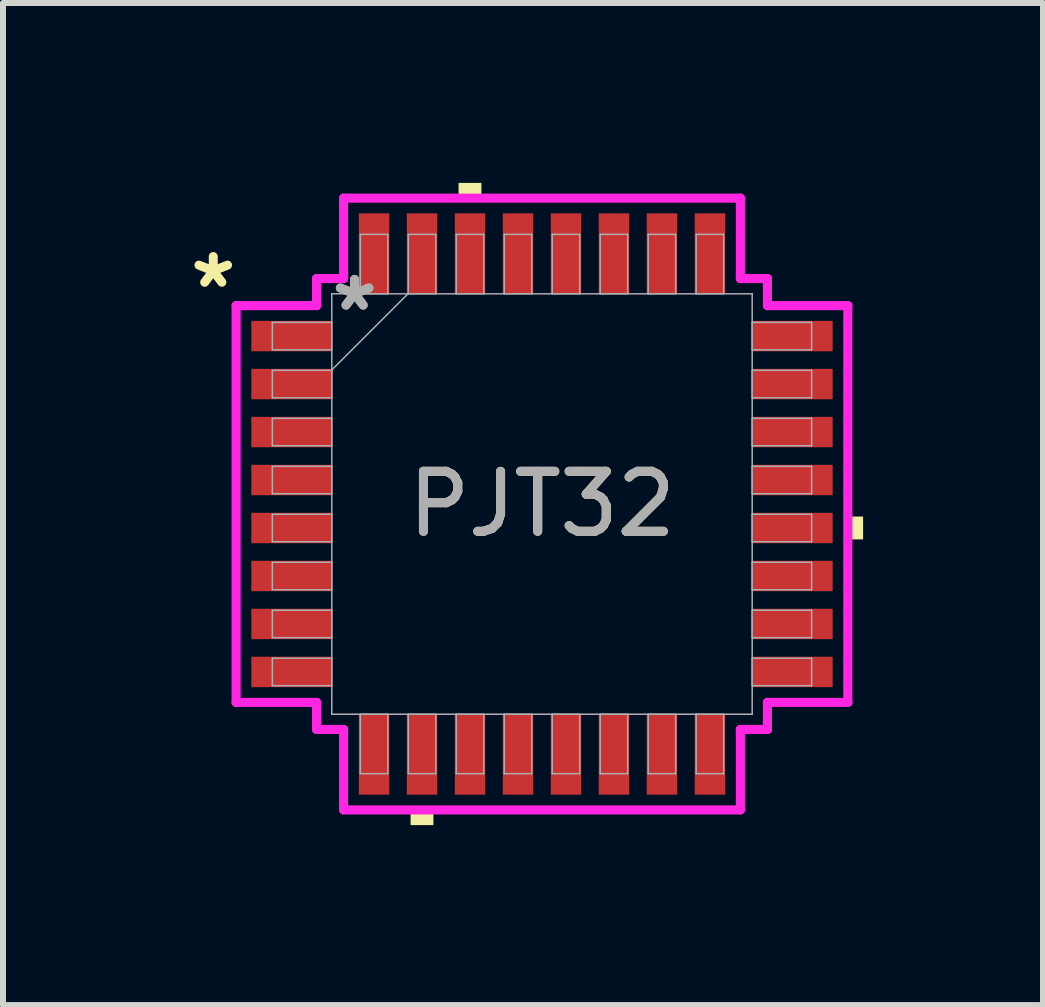
<source format=kicad_pcb>
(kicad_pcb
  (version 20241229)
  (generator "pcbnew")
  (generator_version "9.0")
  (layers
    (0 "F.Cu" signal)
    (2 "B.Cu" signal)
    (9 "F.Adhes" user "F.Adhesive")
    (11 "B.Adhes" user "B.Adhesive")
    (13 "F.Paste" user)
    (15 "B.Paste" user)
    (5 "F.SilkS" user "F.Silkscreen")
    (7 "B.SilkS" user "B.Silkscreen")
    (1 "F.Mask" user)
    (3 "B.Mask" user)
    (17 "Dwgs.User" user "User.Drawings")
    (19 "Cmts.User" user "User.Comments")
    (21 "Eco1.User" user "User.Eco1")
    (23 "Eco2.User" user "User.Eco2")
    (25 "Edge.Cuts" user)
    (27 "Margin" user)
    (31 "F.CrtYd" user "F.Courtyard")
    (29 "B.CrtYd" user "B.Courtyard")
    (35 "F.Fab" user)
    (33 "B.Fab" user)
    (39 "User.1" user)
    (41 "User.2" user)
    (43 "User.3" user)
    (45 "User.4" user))
  (footprint "PJT32"
    (layer "F.Cu")
    (at 5.987 5.354)
    (property "Reference" "PJT32" (at 0 0 0) (unlocked yes) (layer "F.SilkS") (effects (font (size 1 1) (thickness 0.15))))
    (attr smd)
    (fp_poly (pts (xy -2.191 5.1) (xy -2.191 5.354) (xy -1.81 5.354) (xy -1.81 5.1)) (stroke (width 0) (type solid)) (fill yes) (layer "F.SilkS"))
    (fp_poly (pts (xy -1.391 -5.1) (xy -1.391 -5.354) (xy -1.01 -5.354) (xy -1.01 -5.1)) (stroke (width 0) (type solid)) (fill yes) (layer "F.SilkS"))
    (fp_poly (pts (xy 5.354 0.209) (xy 5.354 0.59) (xy 5.1 0.59) (xy 5.1 0.209)) (stroke (width 0) (type solid)) (fill yes) (layer "F.SilkS"))
    (fp_line (start -5.1 -3.308) (end -3.759 -3.308) (stroke (width 0.152) (type solid)) (layer "F.CrtYd"))
    (fp_line (start -5.1 3.308) (end -5.1 -3.308) (stroke (width 0.152) (type solid)) (layer "F.CrtYd"))
    (fp_line (start -3.759 -3.759) (end -3.308 -3.759) (stroke (width 0.152) (type solid)) (layer "F.CrtYd"))
    (fp_line (start -3.759 -3.308) (end -3.759 -3.759) (stroke (width 0.152) (type solid)) (layer "F.CrtYd"))
    (fp_line (start -3.759 3.308) (end -5.1 3.308) (stroke (width 0.152) (type solid)) (layer "F.CrtYd"))
    (fp_line (start -3.759 3.759) (end -3.759 3.308) (stroke (width 0.152) (type solid)) (layer "F.CrtYd"))
    (fp_line (start -3.759 3.759) (end -3.308 3.759) (stroke (width 0.152) (type solid)) (layer "F.CrtYd"))
    (fp_line (start -3.308 -5.1) (end 3.308 -5.1) (stroke (width 0.152) (type solid)) (layer "F.CrtYd"))
    (fp_line (start -3.308 -3.759) (end -3.308 -5.1) (stroke (width 0.152) (type solid)) (layer "F.CrtYd"))
    (fp_line (start -3.308 3.759) (end -3.308 5.1) (stroke (width 0.152) (type solid)) (layer "F.CrtYd"))
    (fp_line (start -3.308 5.1) (end 3.308 5.1) (stroke (width 0.152) (type solid)) (layer "F.CrtYd"))
    (fp_line (start 3.308 -5.1) (end 3.308 -3.759) (stroke (width 0.152) (type solid)) (layer "F.CrtYd"))
    (fp_line (start 3.308 -3.759) (end 3.759 -3.759) (stroke (width 0.152) (type solid)) (layer "F.CrtYd"))
    (fp_line (start 3.308 3.759) (end 3.759 3.759) (stroke (width 0.152) (type solid)) (layer "F.CrtYd"))
    (fp_line (start 3.308 5.1) (end 3.308 3.759) (stroke (width 0.152) (type solid)) (layer "F.CrtYd"))
    (fp_line (start 3.759 -3.308) (end 3.759 -3.759) (stroke (width 0.152) (type solid)) (layer "F.CrtYd"))
    (fp_line (start 3.759 3.308) (end 5.1 3.308) (stroke (width 0.152) (type solid)) (layer "F.CrtYd"))
    (fp_line (start 3.759 3.759) (end 3.759 3.308) (stroke (width 0.152) (type solid)) (layer "F.CrtYd"))
    (fp_line (start 5.1 -3.308) (end 3.759 -3.308) (stroke (width 0.152) (type solid)) (layer "F.CrtYd"))
    (fp_line (start 5.1 3.308) (end 5.1 -3.308) (stroke (width 0.152) (type solid)) (layer "F.CrtYd"))
    (fp_line (start -4.496 -3.029) (end -4.496 -2.571) (stroke (width 0.025) (type solid)) (layer "F.Fab"))
    (fp_line (start -4.496 -2.571) (end -3.505 -2.571) (stroke (width 0.025) (type solid)) (layer "F.Fab"))
    (fp_line (start -4.496 -2.229) (end -4.496 -1.771) (stroke (width 0.025) (type solid)) (layer "F.Fab"))
    (fp_line (start -4.496 -1.771) (end -3.505 -1.771) (stroke (width 0.025) (type solid)) (layer "F.Fab"))
    (fp_line (start -4.496 -1.429) (end -4.496 -0.971) (stroke (width 0.025) (type solid)) (layer "F.Fab"))
    (fp_line (start -4.496 -0.971) (end -3.505 -0.971) (stroke (width 0.025) (type solid)) (layer "F.Fab"))
    (fp_line (start -4.496 -0.629) (end -4.496 -0.171) (stroke (width 0.025) (type solid)) (layer "F.Fab"))
    (fp_line (start -4.496 -0.171) (end -3.505 -0.171) (stroke (width 0.025) (type solid)) (layer "F.Fab"))
    (fp_line (start -4.496 0.171) (end -4.496 0.629) (stroke (width 0.025) (type solid)) (layer "F.Fab"))
    (fp_line (start -4.496 0.629) (end -3.505 0.629) (stroke (width 0.025) (type solid)) (layer "F.Fab"))
    (fp_line (start -4.496 0.971) (end -4.496 1.429) (stroke (width 0.025) (type solid)) (layer "F.Fab"))
    (fp_line (start -4.496 1.429) (end -3.505 1.429) (stroke (width 0.025) (type solid)) (layer "F.Fab"))
    (fp_line (start -4.496 1.771) (end -4.496 2.229) (stroke (width 0.025) (type solid)) (layer "F.Fab"))
    (fp_line (start -4.496 2.229) (end -3.505 2.229) (stroke (width 0.025) (type solid)) (layer "F.Fab"))
    (fp_line (start -4.496 2.571) (end -4.496 3.029) (stroke (width 0.025) (type solid)) (layer "F.Fab"))
    (fp_line (start -4.496 3.029) (end -3.505 3.029) (stroke (width 0.025) (type solid)) (layer "F.Fab"))
    (fp_line (start -3.505 -3.505) (end -3.505 3.505) (stroke (width 0.025) (type solid)) (layer "F.Fab"))
    (fp_line (start -3.505 -3.029) (end -4.496 -3.029) (stroke (width 0.025) (type solid)) (layer "F.Fab"))
    (fp_line (start -3.505 -2.571) (end -3.505 -3.029) (stroke (width 0.025) (type solid)) (layer "F.Fab"))
    (fp_line (start -3.505 -2.235) (end -2.235 -3.505) (stroke (width 0.025) (type solid)) (layer "F.Fab"))
    (fp_line (start -3.505 -2.229) (end -4.496 -2.229) (stroke (width 0.025) (type solid)) (layer "F.Fab"))
    (fp_line (start -3.505 -1.771) (end -3.505 -2.229) (stroke (width 0.025) (type solid)) (layer "F.Fab"))
    (fp_line (start -3.505 -1.429) (end -4.496 -1.429) (stroke (width 0.025) (type solid)) (layer "F.Fab"))
    (fp_line (start -3.505 -0.971) (end -3.505 -1.429) (stroke (width 0.025) (type solid)) (layer "F.Fab"))
    (fp_line (start -3.505 -0.629) (end -4.496 -0.629) (stroke (width 0.025) (type solid)) (layer "F.Fab"))
    (fp_line (start -3.505 -0.171) (end -3.505 -0.629) (stroke (width 0.025) (type solid)) (layer "F.Fab"))
    (fp_line (start -3.505 0.171) (end -4.496 0.171) (stroke (width 0.025) (type solid)) (layer "F.Fab"))
    (fp_line (start -3.505 0.629) (end -3.505 0.171) (stroke (width 0.025) (type solid)) (layer "F.Fab"))
    (fp_line (start -3.505 0.971) (end -4.496 0.971) (stroke (width 0.025) (type solid)) (layer "F.Fab"))
    (fp_line (start -3.505 1.429) (end -3.505 0.971) (stroke (width 0.025) (type solid)) (layer "F.Fab"))
    (fp_line (start -3.505 1.771) (end -4.496 1.771) (stroke (width 0.025) (type solid)) (layer "F.Fab"))
    (fp_line (start -3.505 2.229) (end -3.505 1.771) (stroke (width 0.025) (type solid)) (layer "F.Fab"))
    (fp_line (start -3.505 2.571) (end -4.496 2.571) (stroke (width 0.025) (type solid)) (layer "F.Fab"))
    (fp_line (start -3.505 3.029) (end -3.505 2.571) (stroke (width 0.025) (type solid)) (layer "F.Fab"))
    (fp_line (start -3.505 3.505) (end 3.505 3.505) (stroke (width 0.025) (type solid)) (layer "F.Fab"))
    (fp_line (start -3.029 -4.496) (end -3.029 -3.505) (stroke (width 0.025) (type solid)) (layer "F.Fab"))
    (fp_line (start -3.029 -3.505) (end -2.571 -3.505) (stroke (width 0.025) (type solid)) (layer "F.Fab"))
    (fp_line (start -3.029 3.505) (end -3.029 4.496) (stroke (width 0.025) (type solid)) (layer "F.Fab"))
    (fp_line (start -3.029 4.496) (end -2.571 4.496) (stroke (width 0.025) (type solid)) (layer "F.Fab"))
    (fp_line (start -2.571 -4.496) (end -3.029 -4.496) (stroke (width 0.025) (type solid)) (layer "F.Fab"))
    (fp_line (start -2.571 -3.505) (end -2.571 -4.496) (stroke (width 0.025) (type solid)) (layer "F.Fab"))
    (fp_line (start -2.571 3.505) (end -3.029 3.505) (stroke (width 0.025) (type solid)) (layer "F.Fab"))
    (fp_line (start -2.571 4.496) (end -2.571 3.505) (stroke (width 0.025) (type solid)) (layer "F.Fab"))
    (fp_line (start -2.229 -4.496) (end -2.229 -3.505) (stroke (width 0.025) (type solid)) (layer "F.Fab"))
    (fp_line (start -2.229 -3.505) (end -1.771 -3.505) (stroke (width 0.025) (type solid)) (layer "F.Fab"))
    (fp_line (start -2.229 3.505) (end -2.229 4.496) (stroke (width 0.025) (type solid)) (layer "F.Fab"))
    (fp_line (start -2.229 4.496) (end -1.771 4.496) (stroke (width 0.025) (type solid)) (layer "F.Fab"))
    (fp_line (start -1.771 -4.496) (end -2.229 -4.496) (stroke (width 0.025) (type solid)) (layer "F.Fab"))
    (fp_line (start -1.771 -3.505) (end -1.771 -4.496) (stroke (width 0.025) (type solid)) (layer "F.Fab"))
    (fp_line (start -1.771 3.505) (end -2.229 3.505) (stroke (width 0.025) (type solid)) (layer "F.Fab"))
    (fp_line (start -1.771 4.496) (end -1.771 3.505) (stroke (width 0.025) (type solid)) (layer "F.Fab"))
    (fp_line (start -1.429 -4.496) (end -1.429 -3.505) (stroke (width 0.025) (type solid)) (layer "F.Fab"))
    (fp_line (start -1.429 -3.505) (end -0.971 -3.505) (stroke (width 0.025) (type solid)) (layer "F.Fab"))
    (fp_line (start -1.429 3.505) (end -1.429 4.496) (stroke (width 0.025) (type solid)) (layer "F.Fab"))
    (fp_line (start -1.429 4.496) (end -0.971 4.496) (stroke (width 0.025) (type solid)) (layer "F.Fab"))
    (fp_line (start -0.971 -4.496) (end -1.429 -4.496) (stroke (width 0.025) (type solid)) (layer "F.Fab"))
    (fp_line (start -0.971 -3.505) (end -0.971 -4.496) (stroke (width 0.025) (type solid)) (layer "F.Fab"))
    (fp_line (start -0.971 3.505) (end -1.429 3.505) (stroke (width 0.025) (type solid)) (layer "F.Fab"))
    (fp_line (start -0.971 4.496) (end -0.971 3.505) (stroke (width 0.025) (type solid)) (layer "F.Fab"))
    (fp_line (start -0.629 -4.496) (end -0.629 -3.505) (stroke (width 0.025) (type solid)) (layer "F.Fab"))
    (fp_line (start -0.629 -3.505) (end -0.171 -3.505) (stroke (width 0.025) (type solid)) (layer "F.Fab"))
    (fp_line (start -0.629 3.505) (end -0.629 4.496) (stroke (width 0.025) (type solid)) (layer "F.Fab"))
    (fp_line (start -0.629 4.496) (end -0.171 4.496) (stroke (width 0.025) (type solid)) (layer "F.Fab"))
    (fp_line (start -0.171 -4.496) (end -0.629 -4.496) (stroke (width 0.025) (type solid)) (layer "F.Fab"))
    (fp_line (start -0.171 -3.505) (end -0.171 -4.496) (stroke (width 0.025) (type solid)) (layer "F.Fab"))
    (fp_line (start -0.171 3.505) (end -0.629 3.505) (stroke (width 0.025) (type solid)) (layer "F.Fab"))
    (fp_line (start -0.171 4.496) (end -0.171 3.505) (stroke (width 0.025) (type solid)) (layer "F.Fab"))
    (fp_line (start 0.171 -4.496) (end 0.171 -3.505) (stroke (width 0.025) (type solid)) (layer "F.Fab"))
    (fp_line (start 0.171 -3.505) (end 0.629 -3.505) (stroke (width 0.025) (type solid)) (layer "F.Fab"))
    (fp_line (start 0.171 3.505) (end 0.171 4.496) (stroke (width 0.025) (type solid)) (layer "F.Fab"))
    (fp_line (start 0.171 4.496) (end 0.629 4.496) (stroke (width 0.025) (type solid)) (layer "F.Fab"))
    (fp_line (start 0.629 -4.496) (end 0.171 -4.496) (stroke (width 0.025) (type solid)) (layer "F.Fab"))
    (fp_line (start 0.629 -3.505) (end 0.629 -4.496) (stroke (width 0.025) (type solid)) (layer "F.Fab"))
    (fp_line (start 0.629 3.505) (end 0.171 3.505) (stroke (width 0.025) (type solid)) (layer "F.Fab"))
    (fp_line (start 0.629 4.496) (end 0.629 3.505) (stroke (width 0.025) (type solid)) (layer "F.Fab"))
    (fp_line (start 0.971 -4.496) (end 0.971 -3.505) (stroke (width 0.025) (type solid)) (layer "F.Fab"))
    (fp_line (start 0.971 -3.505) (end 1.429 -3.505) (stroke (width 0.025) (type solid)) (layer "F.Fab"))
    (fp_line (start 0.971 3.505) (end 0.971 4.496) (stroke (width 0.025) (type solid)) (layer "F.Fab"))
    (fp_line (start 0.971 4.496) (end 1.429 4.496) (stroke (width 0.025) (type solid)) (layer "F.Fab"))
    (fp_line (start 1.429 -4.496) (end 0.971 -4.496) (stroke (width 0.025) (type solid)) (layer "F.Fab"))
    (fp_line (start 1.429 -3.505) (end 1.429 -4.496) (stroke (width 0.025) (type solid)) (layer "F.Fab"))
    (fp_line (start 1.429 3.505) (end 0.971 3.505) (stroke (width 0.025) (type solid)) (layer "F.Fab"))
    (fp_line (start 1.429 4.496) (end 1.429 3.505) (stroke (width 0.025) (type solid)) (layer "F.Fab"))
    (fp_line (start 1.771 -4.496) (end 1.771 -3.505) (stroke (width 0.025) (type solid)) (layer "F.Fab"))
    (fp_line (start 1.771 -3.505) (end 2.229 -3.505) (stroke (width 0.025) (type solid)) (layer "F.Fab"))
    (fp_line (start 1.771 3.505) (end 1.771 4.496) (stroke (width 0.025) (type solid)) (layer "F.Fab"))
    (fp_line (start 1.771 4.496) (end 2.229 4.496) (stroke (width 0.025) (type solid)) (layer "F.Fab"))
    (fp_line (start 2.229 -4.496) (end 1.771 -4.496) (stroke (width 0.025) (type solid)) (layer "F.Fab"))
    (fp_line (start 2.229 -3.505) (end 2.229 -4.496) (stroke (width 0.025) (type solid)) (layer "F.Fab"))
    (fp_line (start 2.229 3.505) (end 1.771 3.505) (stroke (width 0.025) (type solid)) (layer "F.Fab"))
    (fp_line (start 2.229 4.496) (end 2.229 3.505) (stroke (width 0.025) (type solid)) (layer "F.Fab"))
    (fp_line (start 2.571 -4.496) (end 2.571 -3.505) (stroke (width 0.025) (type solid)) (layer "F.Fab"))
    (fp_line (start 2.571 -3.505) (end 3.029 -3.505) (stroke (width 0.025) (type solid)) (layer "F.Fab"))
    (fp_line (start 2.571 3.505) (end 2.571 4.496) (stroke (width 0.025) (type solid)) (layer "F.Fab"))
    (fp_line (start 2.571 4.496) (end 3.029 4.496) (stroke (width 0.025) (type solid)) (layer "F.Fab"))
    (fp_line (start 3.029 -4.496) (end 2.571 -4.496) (stroke (width 0.025) (type solid)) (layer "F.Fab"))
    (fp_line (start 3.029 -3.505) (end 3.029 -4.496) (stroke (width 0.025) (type solid)) (layer "F.Fab"))
    (fp_line (start 3.029 3.505) (end 2.571 3.505) (stroke (width 0.025) (type solid)) (layer "F.Fab"))
    (fp_line (start 3.029 4.496) (end 3.029 3.505) (stroke (width 0.025) (type solid)) (layer "F.Fab"))
    (fp_line (start 3.505 -3.505) (end -3.505 -3.505) (stroke (width 0.025) (type solid)) (layer "F.Fab"))
    (fp_line (start 3.505 -3.029) (end 3.505 -2.571) (stroke (width 0.025) (type solid)) (layer "F.Fab"))
    (fp_line (start 3.505 -2.571) (end 4.496 -2.571) (stroke (width 0.025) (type solid)) (layer "F.Fab"))
    (fp_line (start 3.505 -2.229) (end 3.505 -1.771) (stroke (width 0.025) (type solid)) (layer "F.Fab"))
    (fp_line (start 3.505 -1.771) (end 4.496 -1.771) (stroke (width 0.025) (type solid)) (layer "F.Fab"))
    (fp_line (start 3.505 -1.429) (end 3.505 -0.971) (stroke (width 0.025) (type solid)) (layer "F.Fab"))
    (fp_line (start 3.505 -0.971) (end 4.496 -0.971) (stroke (width 0.025) (type solid)) (layer "F.Fab"))
    (fp_line (start 3.505 -0.629) (end 3.505 -0.171) (stroke (width 0.025) (type solid)) (layer "F.Fab"))
    (fp_line (start 3.505 -0.171) (end 4.496 -0.171) (stroke (width 0.025) (type solid)) (layer "F.Fab"))
    (fp_line (start 3.505 0.171) (end 3.505 0.629) (stroke (width 0.025) (type solid)) (layer "F.Fab"))
    (fp_line (start 3.505 0.629) (end 4.496 0.629) (stroke (width 0.025) (type solid)) (layer "F.Fab"))
    (fp_line (start 3.505 0.971) (end 3.505 1.429) (stroke (width 0.025) (type solid)) (layer "F.Fab"))
    (fp_line (start 3.505 1.429) (end 4.496 1.429) (stroke (width 0.025) (type solid)) (layer "F.Fab"))
    (fp_line (start 3.505 1.771) (end 3.505 2.229) (stroke (width 0.025) (type solid)) (layer "F.Fab"))
    (fp_line (start 3.505 2.229) (end 4.496 2.229) (stroke (width 0.025) (type solid)) (layer "F.Fab"))
    (fp_line (start 3.505 2.571) (end 3.505 3.029) (stroke (width 0.025) (type solid)) (layer "F.Fab"))
    (fp_line (start 3.505 3.029) (end 4.496 3.029) (stroke (width 0.025) (type solid)) (layer "F.Fab"))
    (fp_line (start 3.505 3.505) (end 3.505 -3.505) (stroke (width 0.025) (type solid)) (layer "F.Fab"))
    (fp_line (start 4.496 -3.029) (end 3.505 -3.029) (stroke (width 0.025) (type solid)) (layer "F.Fab"))
    (fp_line (start 4.496 -2.571) (end 4.496 -3.029) (stroke (width 0.025) (type solid)) (layer "F.Fab"))
    (fp_line (start 4.496 -2.229) (end 3.505 -2.229) (stroke (width 0.025) (type solid)) (layer "F.Fab"))
    (fp_line (start 4.496 -1.771) (end 4.496 -2.229) (stroke (width 0.025) (type solid)) (layer "F.Fab"))
    (fp_line (start 4.496 -1.429) (end 3.505 -1.429) (stroke (width 0.025) (type solid)) (layer "F.Fab"))
    (fp_line (start 4.496 -0.971) (end 4.496 -1.429) (stroke (width 0.025) (type solid)) (layer "F.Fab"))
    (fp_line (start 4.496 -0.629) (end 3.505 -0.629) (stroke (width 0.025) (type solid)) (layer "F.Fab"))
    (fp_line (start 4.496 -0.171) (end 4.496 -0.629) (stroke (width 0.025) (type solid)) (layer "F.Fab"))
    (fp_line (start 4.496 0.171) (end 3.505 0.171) (stroke (width 0.025) (type solid)) (layer "F.Fab"))
    (fp_line (start 4.496 0.629) (end 4.496 0.171) (stroke (width 0.025) (type solid)) (layer "F.Fab"))
    (fp_line (start 4.496 0.971) (end 3.505 0.971) (stroke (width 0.025) (type solid)) (layer "F.Fab"))
    (fp_line (start 4.496 1.429) (end 4.496 0.971) (stroke (width 0.025) (type solid)) (layer "F.Fab"))
    (fp_line (start 4.496 1.771) (end 3.505 1.771) (stroke (width 0.025) (type solid)) (layer "F.Fab"))
    (fp_line (start 4.496 2.229) (end 4.496 1.771) (stroke (width 0.025) (type solid)) (layer "F.Fab"))
    (fp_line (start 4.496 2.571) (end 3.505 2.571) (stroke (width 0.025) (type solid)) (layer "F.Fab"))
    (fp_line (start 4.496 3.029) (end 4.496 2.571) (stroke (width 0.025) (type solid)) (layer "F.Fab"))
    (fp_text user "*" (at -5.481 -3.581 0) (layer "F.SilkS") (effects (font (size 1 1) (thickness 0.15))))
    (fp_text user "${REFERENCE}" (at 0 0 0) (unlocked yes) (layer "F.Fab") (effects (font (size 1 1) (thickness 0.15))))
    (fp_text user "*" (at -3.124 -3.2 0) (unlocked yes) (layer "F.Fab") (effects (font (size 1 1) (thickness 0.15))))
    (fp_text user "*" (at -3.124 -3.2 0) (layer "F.Fab") (effects (font (size 1 1) (thickness 0.15))))
    (pad "1" smd rect (at -4.176 -2.8 90) (size 0.507 1.341) (layers "F.Cu" "F.Mask" "F.Paste"))
    (pad "2" smd rect (at -4.176 -2 90) (size 0.507 1.341) (layers "F.Cu" "F.Mask" "F.Paste"))
    (pad "3" smd rect (at -4.176 -1.2 90) (size 0.507 1.341) (layers "F.Cu" "F.Mask" "F.Paste"))
    (pad "4" smd rect (at -4.176 -0.4 90) (size 0.507 1.341) (layers "F.Cu" "F.Mask" "F.Paste"))
    (pad "5" smd rect (at -4.176 0.4 90) (size 0.507 1.341) (layers "F.Cu" "F.Mask" "F.Paste"))
    (pad "6" smd rect (at -4.176 1.2 90) (size 0.507 1.341) (layers "F.Cu" "F.Mask" "F.Paste"))
    (pad "7" smd rect (at -4.176 2 90) (size 0.507 1.341) (layers "F.Cu" "F.Mask" "F.Paste"))
    (pad "8" smd rect (at -4.176 2.8 90) (size 0.507 1.341) (layers "F.Cu" "F.Mask" "F.Paste"))
    (pad "9" smd rect (at -2.8 4.176) (size 0.507 1.341) (layers "F.Cu" "F.Mask" "F.Paste"))
    (pad "10" smd rect (at -2 4.176) (size 0.507 1.341) (layers "F.Cu" "F.Mask" "F.Paste"))
    (pad "11" smd rect (at -1.2 4.176) (size 0.507 1.341) (layers "F.Cu" "F.Mask" "F.Paste"))
    (pad "12" smd rect (at -0.4 4.176) (size 0.507 1.341) (layers "F.Cu" "F.Mask" "F.Paste"))
    (pad "13" smd rect (at 0.4 4.176) (size 0.507 1.341) (layers "F.Cu" "F.Mask" "F.Paste"))
    (pad "14" smd rect (at 1.2 4.176) (size 0.507 1.341) (layers "F.Cu" "F.Mask" "F.Paste"))
    (pad "15" smd rect (at 2 4.176) (size 0.507 1.341) (layers "F.Cu" "F.Mask" "F.Paste"))
    (pad "16" smd rect (at 2.8 4.176) (size 0.507 1.341) (layers "F.Cu" "F.Mask" "F.Paste"))
    (pad "17" smd rect (at 4.176 2.8 90) (size 0.507 1.341) (layers "F.Cu" "F.Mask" "F.Paste"))
    (pad "18" smd rect (at 4.176 2 90) (size 0.507 1.341) (layers "F.Cu" "F.Mask" "F.Paste"))
    (pad "19" smd rect (at 4.176 1.2 90) (size 0.507 1.341) (layers "F.Cu" "F.Mask" "F.Paste"))
    (pad "20" smd rect (at 4.176 0.4 90) (size 0.507 1.341) (layers "F.Cu" "F.Mask" "F.Paste"))
    (pad "21" smd rect (at 4.176 -0.4 90) (size 0.507 1.341) (layers "F.Cu" "F.Mask" "F.Paste"))
    (pad "22" smd rect (at 4.176 -1.2 90) (size 0.507 1.341) (layers "F.Cu" "F.Mask" "F.Paste"))
    (pad "23" smd rect (at 4.176 -2 90) (size 0.507 1.341) (layers "F.Cu" "F.Mask" "F.Paste"))
    (pad "24" smd rect (at 4.176 -2.8 90) (size 0.507 1.341) (layers "F.Cu" "F.Mask" "F.Paste"))
    (pad "25" smd rect (at 2.8 -4.176) (size 0.507 1.341) (layers "F.Cu" "F.Mask" "F.Paste"))
    (pad "26" smd rect (at 2 -4.176) (size 0.507 1.341) (layers "F.Cu" "F.Mask" "F.Paste"))
    (pad "27" smd rect (at 1.2 -4.176) (size 0.507 1.341) (layers "F.Cu" "F.Mask" "F.Paste"))
    (pad "28" smd rect (at 0.4 -4.176) (size 0.507 1.341) (layers "F.Cu" "F.Mask" "F.Paste"))
    (pad "29" smd rect (at -0.4 -4.176) (size 0.507 1.341) (layers "F.Cu" "F.Mask" "F.Paste"))
    (pad "30" smd rect (at -1.2 -4.176) (size 0.507 1.341) (layers "F.Cu" "F.Mask" "F.Paste"))
    (pad "31" smd rect (at -2 -4.176) (size 0.507 1.341) (layers "F.Cu" "F.Mask" "F.Paste"))
    (pad "32" smd rect (at -2.8 -4.176) (size 0.507 1.341) (layers "F.Cu" "F.Mask" "F.Paste")))
  (gr_rect
    (start -3 -3)
    (end 14.341 13.708)
    (stroke (width 0.1) (type default))
    (fill no)
    (layer "Edge.Cuts")))
</source>
